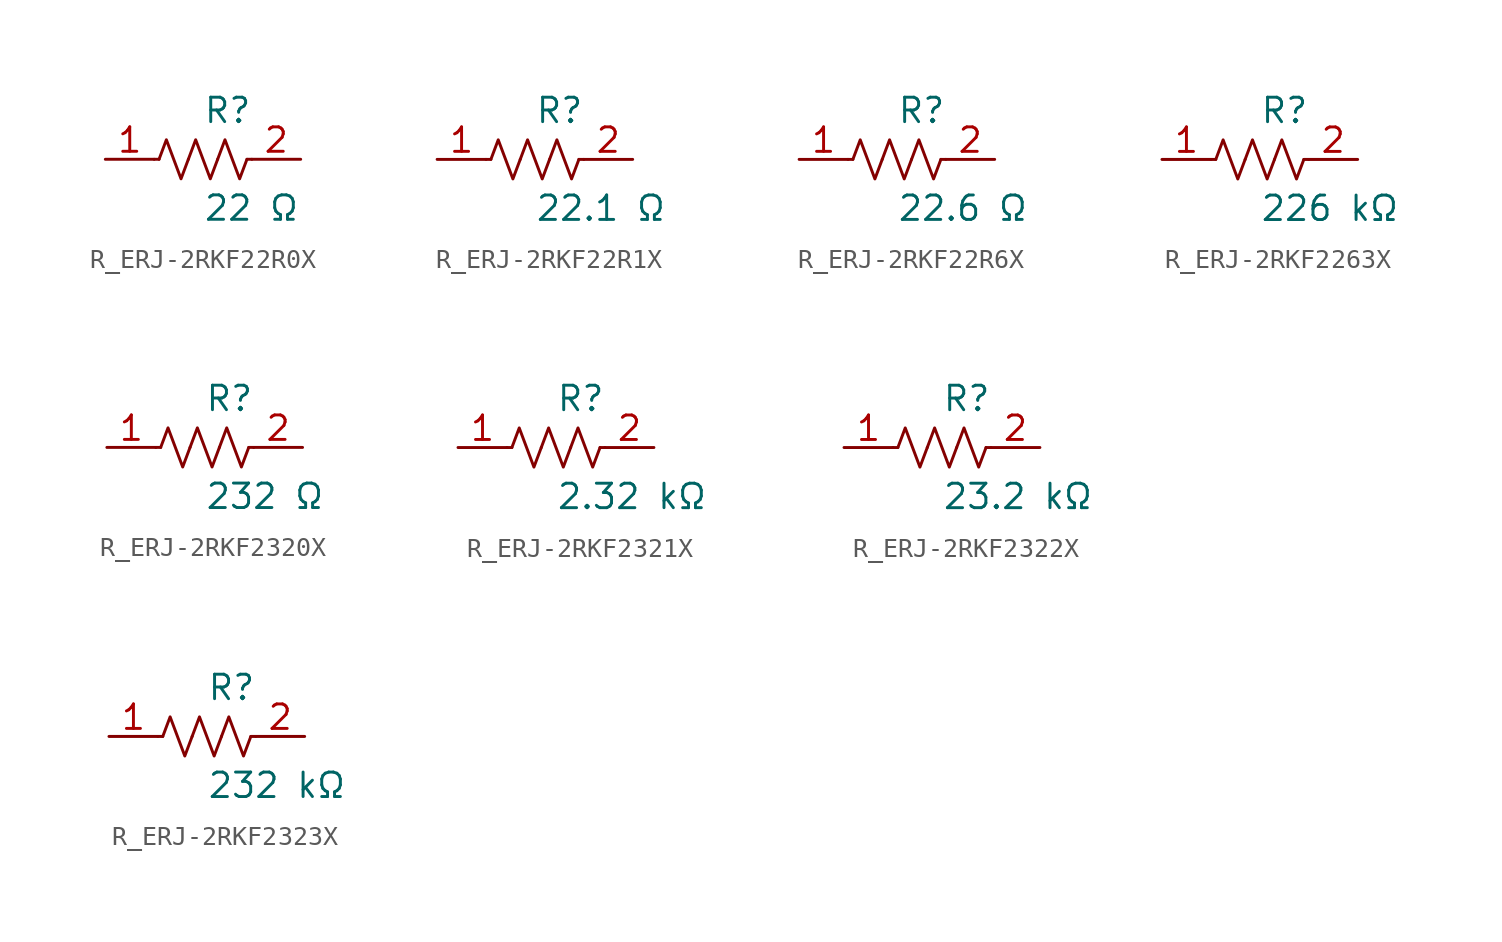
<source format=kicad_sym>
(kicad_symbol_lib
  (version 20231120)
  (generator kicad_symbol_editor)
  (generator_version 8.0)
  (symbol "R_ERJ-2RKF22R0X"
    (pin_names
      (offset 0.254))
    (property "Reference" "R"
      (at 0 2.54 0)
      (effects (font (size 1.27 1.27)) (justify left)))
    (property "Value" "22 Ω"
      (at 0 -2.54 0)
      (effects (font (size 1.27 1.27)) (justify left)))
    (symbol "R_ERJ-2RKF22R0X_0_1"
      (polyline (pts (xy 2.286 0) (xy 2.54 0)) (stroke (width 0) (type default)) (fill (type none)))
      (polyline (pts (xy -2.286 0) (xy -2.54 0)) (stroke (width 0) (type default)) (fill (type none)))
      (polyline (pts (xy 0.762 0) (xy 1.143 1.016) (xy 1.524 0) (xy 1.905 -1.016) (xy 2.286 0)) (stroke (width 0) (type default)) (fill (type none)))
      (polyline (pts (xy -0.762 0) (xy -0.381 1.016) (xy 0 0) (xy 0.381 -1.016) (xy 0.762 0)) (stroke (width 0) (type default)) (fill (type none)))
      (polyline (pts (xy -2.286 0) (xy -1.905 1.016) (xy -1.524 0) (xy -1.143 -1.016) (xy -0.762 0)) (stroke (width 0) (type default)) (fill (type none))))
    (pin passive line
      (at -5.08 0 0)
      (length 2.54)
      (name "" (effects (font (size 1.27 1.27))))
      (number "1" (effects (font (size 1.27 1.27)))))
    (pin passive line
      (at 5.08 0 180)
      (length 2.54)
      (name "" (effects (font (size 1.27 1.27))))
      (number "2" (effects (font (size 1.27 1.27))))))
  (symbol "R_ERJ-2RKF22R1X"
    (pin_names
      (offset 0.254))
    (property "Reference" "R"
      (at 0 2.54 0)
      (effects (font (size 1.27 1.27)) (justify left)))
    (property "Value" "22.1 Ω"
      (at 0 -2.54 0)
      (effects (font (size 1.27 1.27)) (justify left)))
    (symbol "R_ERJ-2RKF22R1X_0_1"
      (polyline (pts (xy 2.286 0) (xy 2.54 0)) (stroke (width 0) (type default)) (fill (type none)))
      (polyline (pts (xy -2.286 0) (xy -2.54 0)) (stroke (width 0) (type default)) (fill (type none)))
      (polyline (pts (xy 0.762 0) (xy 1.143 1.016) (xy 1.524 0) (xy 1.905 -1.016) (xy 2.286 0)) (stroke (width 0) (type default)) (fill (type none)))
      (polyline (pts (xy -0.762 0) (xy -0.381 1.016) (xy 0 0) (xy 0.381 -1.016) (xy 0.762 0)) (stroke (width 0) (type default)) (fill (type none)))
      (polyline (pts (xy -2.286 0) (xy -1.905 1.016) (xy -1.524 0) (xy -1.143 -1.016) (xy -0.762 0)) (stroke (width 0) (type default)) (fill (type none))))
    (pin passive line
      (at -5.08 0 0)
      (length 2.54)
      (name "" (effects (font (size 1.27 1.27))))
      (number "1" (effects (font (size 1.27 1.27)))))
    (pin passive line
      (at 5.08 0 180)
      (length 2.54)
      (name "" (effects (font (size 1.27 1.27))))
      (number "2" (effects (font (size 1.27 1.27))))))
  (symbol "R_ERJ-2RKF22R6X"
    (pin_names
      (offset 0.254))
    (property "Reference" "R"
      (at 0 2.54 0)
      (effects (font (size 1.27 1.27)) (justify left)))
    (property "Value" "22.6 Ω"
      (at 0 -2.54 0)
      (effects (font (size 1.27 1.27)) (justify left)))
    (symbol "R_ERJ-2RKF22R6X_0_1"
      (polyline (pts (xy 2.286 0) (xy 2.54 0)) (stroke (width 0) (type default)) (fill (type none)))
      (polyline (pts (xy -2.286 0) (xy -2.54 0)) (stroke (width 0) (type default)) (fill (type none)))
      (polyline (pts (xy 0.762 0) (xy 1.143 1.016) (xy 1.524 0) (xy 1.905 -1.016) (xy 2.286 0)) (stroke (width 0) (type default)) (fill (type none)))
      (polyline (pts (xy -0.762 0) (xy -0.381 1.016) (xy 0 0) (xy 0.381 -1.016) (xy 0.762 0)) (stroke (width 0) (type default)) (fill (type none)))
      (polyline (pts (xy -2.286 0) (xy -1.905 1.016) (xy -1.524 0) (xy -1.143 -1.016) (xy -0.762 0)) (stroke (width 0) (type default)) (fill (type none))))
    (pin passive line
      (at -5.08 0 0)
      (length 2.54)
      (name "" (effects (font (size 1.27 1.27))))
      (number "1" (effects (font (size 1.27 1.27)))))
    (pin passive line
      (at 5.08 0 180)
      (length 2.54)
      (name "" (effects (font (size 1.27 1.27))))
      (number "2" (effects (font (size 1.27 1.27))))))
  (symbol "R_ERJ-2RKF2263X"
    (pin_names
      (offset 0.254))
    (property "Reference" "R"
      (at 0 2.54 0)
      (effects (font (size 1.27 1.27)) (justify left)))
    (property "Value" "226 kΩ"
      (at 0 -2.54 0)
      (effects (font (size 1.27 1.27)) (justify left)))
    (symbol "R_ERJ-2RKF2263X_0_1"
      (polyline (pts (xy 2.286 0) (xy 2.54 0)) (stroke (width 0) (type default)) (fill (type none)))
      (polyline (pts (xy -2.286 0) (xy -2.54 0)) (stroke (width 0) (type default)) (fill (type none)))
      (polyline (pts (xy 0.762 0) (xy 1.143 1.016) (xy 1.524 0) (xy 1.905 -1.016) (xy 2.286 0)) (stroke (width 0) (type default)) (fill (type none)))
      (polyline (pts (xy -0.762 0) (xy -0.381 1.016) (xy 0 0) (xy 0.381 -1.016) (xy 0.762 0)) (stroke (width 0) (type default)) (fill (type none)))
      (polyline (pts (xy -2.286 0) (xy -1.905 1.016) (xy -1.524 0) (xy -1.143 -1.016) (xy -0.762 0)) (stroke (width 0) (type default)) (fill (type none))))
    (pin passive line
      (at -5.08 0 0)
      (length 2.54)
      (name "" (effects (font (size 1.27 1.27))))
      (number "1" (effects (font (size 1.27 1.27)))))
    (pin passive line
      (at 5.08 0 180)
      (length 2.54)
      (name "" (effects (font (size 1.27 1.27))))
      (number "2" (effects (font (size 1.27 1.27))))))
  (symbol "R_ERJ-2RKF2320X"
    (pin_names
      (offset 0.254))
    (property "Reference" "R"
      (at 0 2.54 0)
      (effects (font (size 1.27 1.27)) (justify left)))
    (property "Value" "232 Ω"
      (at 0 -2.54 0)
      (effects (font (size 1.27 1.27)) (justify left)))
    (symbol "R_ERJ-2RKF2320X_0_1"
      (polyline (pts (xy 2.286 0) (xy 2.54 0)) (stroke (width 0) (type default)) (fill (type none)))
      (polyline (pts (xy -2.286 0) (xy -2.54 0)) (stroke (width 0) (type default)) (fill (type none)))
      (polyline (pts (xy 0.762 0) (xy 1.143 1.016) (xy 1.524 0) (xy 1.905 -1.016) (xy 2.286 0)) (stroke (width 0) (type default)) (fill (type none)))
      (polyline (pts (xy -0.762 0) (xy -0.381 1.016) (xy 0 0) (xy 0.381 -1.016) (xy 0.762 0)) (stroke (width 0) (type default)) (fill (type none)))
      (polyline (pts (xy -2.286 0) (xy -1.905 1.016) (xy -1.524 0) (xy -1.143 -1.016) (xy -0.762 0)) (stroke (width 0) (type default)) (fill (type none))))
    (pin passive line
      (at -5.08 0 0)
      (length 2.54)
      (name "" (effects (font (size 1.27 1.27))))
      (number "1" (effects (font (size 1.27 1.27)))))
    (pin passive line
      (at 5.08 0 180)
      (length 2.54)
      (name "" (effects (font (size 1.27 1.27))))
      (number "2" (effects (font (size 1.27 1.27))))))
  (symbol "R_ERJ-2RKF2321X"
    (pin_names
      (offset 0.254))
    (property "Reference" "R"
      (at 0 2.54 0)
      (effects (font (size 1.27 1.27)) (justify left)))
    (property "Value" "2.32 kΩ"
      (at 0 -2.54 0)
      (effects (font (size 1.27 1.27)) (justify left)))
    (symbol "R_ERJ-2RKF2321X_0_1"
      (polyline (pts (xy 2.286 0) (xy 2.54 0)) (stroke (width 0) (type default)) (fill (type none)))
      (polyline (pts (xy -2.286 0) (xy -2.54 0)) (stroke (width 0) (type default)) (fill (type none)))
      (polyline (pts (xy 0.762 0) (xy 1.143 1.016) (xy 1.524 0) (xy 1.905 -1.016) (xy 2.286 0)) (stroke (width 0) (type default)) (fill (type none)))
      (polyline (pts (xy -0.762 0) (xy -0.381 1.016) (xy 0 0) (xy 0.381 -1.016) (xy 0.762 0)) (stroke (width 0) (type default)) (fill (type none)))
      (polyline (pts (xy -2.286 0) (xy -1.905 1.016) (xy -1.524 0) (xy -1.143 -1.016) (xy -0.762 0)) (stroke (width 0) (type default)) (fill (type none))))
    (pin passive line
      (at -5.08 0 0)
      (length 2.54)
      (name "" (effects (font (size 1.27 1.27))))
      (number "1" (effects (font (size 1.27 1.27)))))
    (pin passive line
      (at 5.08 0 180)
      (length 2.54)
      (name "" (effects (font (size 1.27 1.27))))
      (number "2" (effects (font (size 1.27 1.27))))))
  (symbol "R_ERJ-2RKF2322X"
    (pin_names
      (offset 0.254))
    (property "Reference" "R"
      (at 0 2.54 0)
      (effects (font (size 1.27 1.27)) (justify left)))
    (property "Value" "23.2 kΩ"
      (at 0 -2.54 0)
      (effects (font (size 1.27 1.27)) (justify left)))
    (symbol "R_ERJ-2RKF2322X_0_1"
      (polyline (pts (xy 2.286 0) (xy 2.54 0)) (stroke (width 0) (type default)) (fill (type none)))
      (polyline (pts (xy -2.286 0) (xy -2.54 0)) (stroke (width 0) (type default)) (fill (type none)))
      (polyline (pts (xy 0.762 0) (xy 1.143 1.016) (xy 1.524 0) (xy 1.905 -1.016) (xy 2.286 0)) (stroke (width 0) (type default)) (fill (type none)))
      (polyline (pts (xy -0.762 0) (xy -0.381 1.016) (xy 0 0) (xy 0.381 -1.016) (xy 0.762 0)) (stroke (width 0) (type default)) (fill (type none)))
      (polyline (pts (xy -2.286 0) (xy -1.905 1.016) (xy -1.524 0) (xy -1.143 -1.016) (xy -0.762 0)) (stroke (width 0) (type default)) (fill (type none))))
    (pin passive line
      (at -5.08 0 0)
      (length 2.54)
      (name "" (effects (font (size 1.27 1.27))))
      (number "1" (effects (font (size 1.27 1.27)))))
    (pin passive line
      (at 5.08 0 180)
      (length 2.54)
      (name "" (effects (font (size 1.27 1.27))))
      (number "2" (effects (font (size 1.27 1.27))))))
  (symbol "R_ERJ-2RKF2323X"
    (pin_names
      (offset 0.254))
    (property "Reference" "R"
      (at 0 2.54 0)
      (effects (font (size 1.27 1.27)) (justify left)))
    (property "Value" "232 kΩ"
      (at 0 -2.54 0)
      (effects (font (size 1.27 1.27)) (justify left)))
    (symbol "R_ERJ-2RKF2323X_0_1"
      (polyline (pts (xy 2.286 0) (xy 2.54 0)) (stroke (width 0) (type default)) (fill (type none)))
      (polyline (pts (xy -2.286 0) (xy -2.54 0)) (stroke (width 0) (type default)) (fill (type none)))
      (polyline (pts (xy 0.762 0) (xy 1.143 1.016) (xy 1.524 0) (xy 1.905 -1.016) (xy 2.286 0)) (stroke (width 0) (type default)) (fill (type none)))
      (polyline (pts (xy -0.762 0) (xy -0.381 1.016) (xy 0 0) (xy 0.381 -1.016) (xy 0.762 0)) (stroke (width 0) (type default)) (fill (type none)))
      (polyline (pts (xy -2.286 0) (xy -1.905 1.016) (xy -1.524 0) (xy -1.143 -1.016) (xy -0.762 0)) (stroke (width 0) (type default)) (fill (type none))))
    (pin passive line
      (at -5.08 0 0)
      (length 2.54)
      (name "" (effects (font (size 1.27 1.27))))
      (number "1" (effects (font (size 1.27 1.27)))))
    (pin passive line
      (at 5.08 0 180)
      (length 2.54)
      (name "" (effects (font (size 1.27 1.27))))
      (number "2" (effects (font (size 1.27 1.27)))))))
</source>
